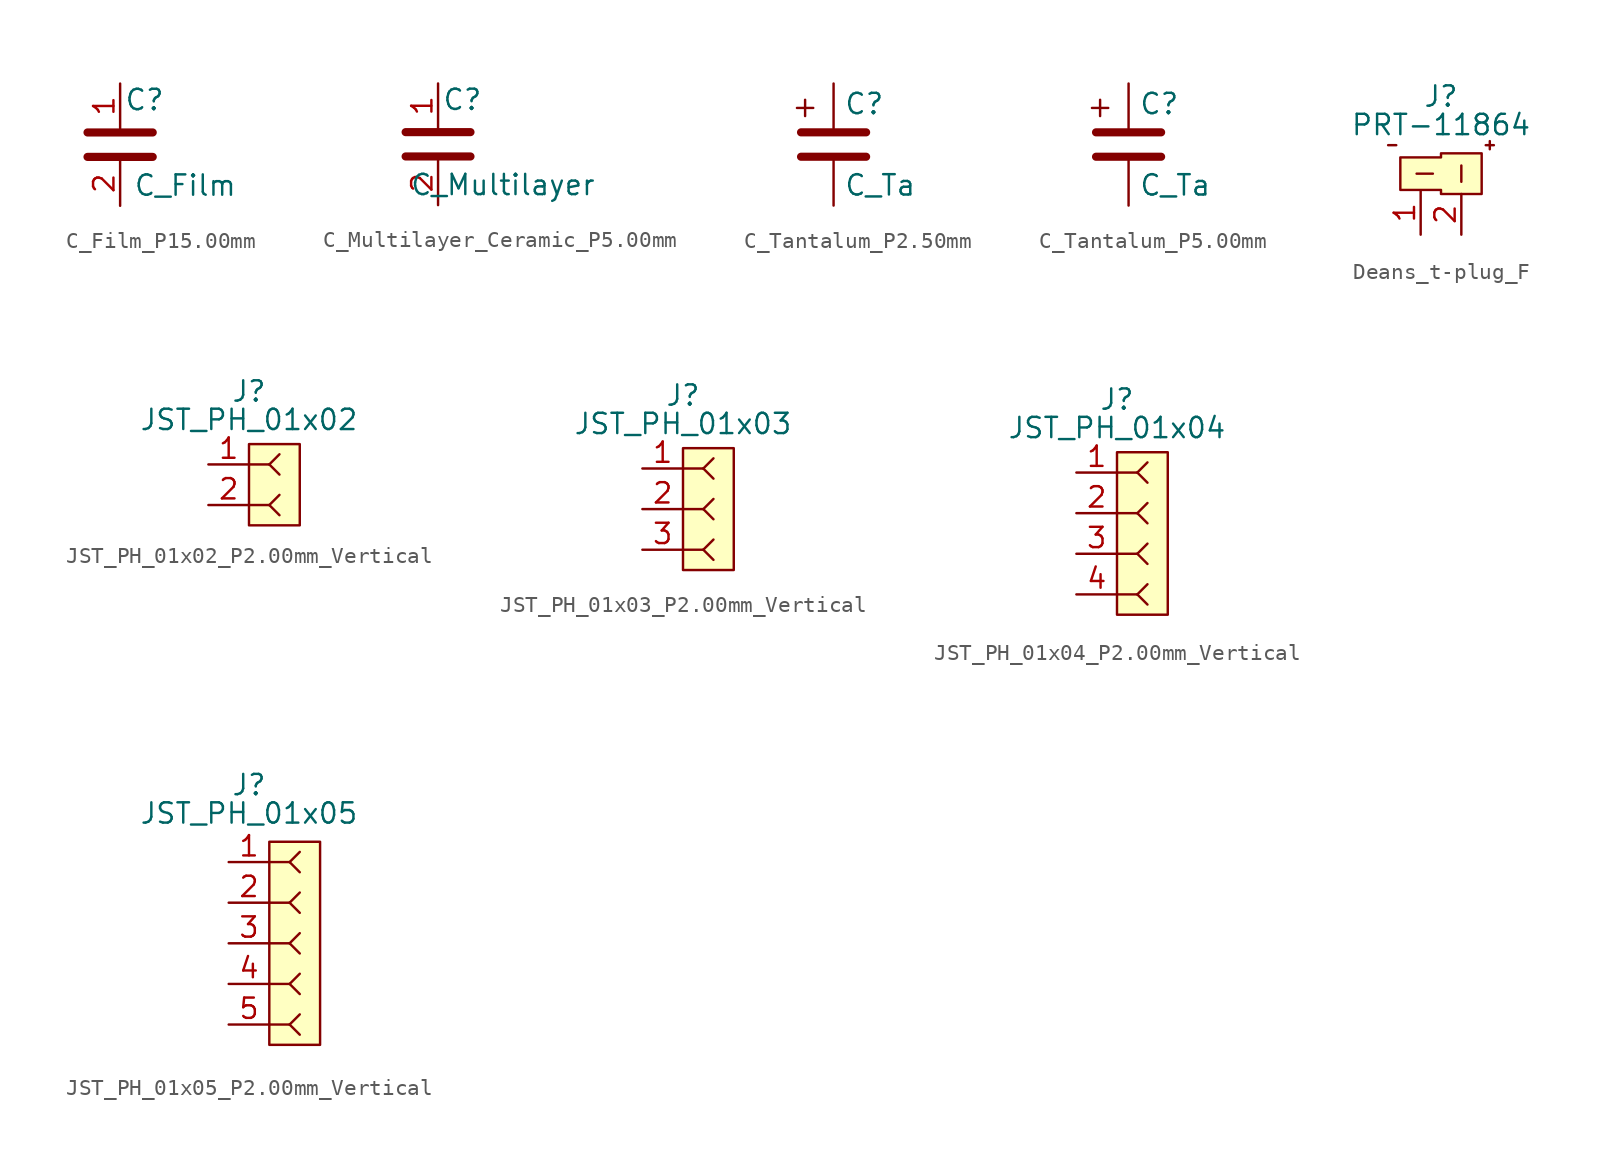
<source format=kicad_sym>
(kicad_symbol_lib
  (version 20241209)
  (generator "kicad_symbol_editor")
  (generator_version "9.0")
  (symbol "C_Film_P15.00mm"
    (property "Reference" "C"
      (at 1.524 2.794 0)
      (effects (font (size 1.27 1.27))))
    (property "Value" "C_Film"
      (at 4.064 -2.54 0)
      (effects (font (size 1.27 1.27))))
    (symbol "C_Film_P15.00mm_0_1"
      (polyline (pts (xy -2.032 0.762) (xy 2.032 0.762)) (stroke (width 0.508) (type default)) (fill (type none)))
      (polyline (pts (xy -2.032 -0.762) (xy 2.032 -0.762)) (stroke (width 0.508) (type default)) (fill (type none))))
    (symbol "C_Film_P15.00mm_1_1"
      (pin passive line (at 0 3.81 270) (length 2.794) (name "~" (effects (font (size 1.27 1.27)))) (number "1" (effects (font (size 1.27 1.27)))))
      (pin passive line (at 0 -3.81 90) (length 2.794) (name "~" (effects (font (size 1.27 1.27)))) (number "2" (effects (font (size 1.27 1.27)))))))
  (symbol "C_Multilayer_Ceramic_P5.00mm"
    (property "Reference" "C"
      (at 1.524 2.794 0)
      (effects (font (size 1.27 1.27))))
    (property "Value" "C_Multilayer"
      (at 4.064 -2.54 0)
      (effects (font (size 1.27 1.27))))
    (symbol "C_Multilayer_Ceramic_P5.00mm_0_1"
      (polyline (pts (xy -2.032 0.762) (xy 2.032 0.762)) (stroke (width 0.508) (type default)) (fill (type none)))
      (polyline (pts (xy -2.032 -0.762) (xy 2.032 -0.762)) (stroke (width 0.508) (type default)) (fill (type none))))
    (symbol "C_Multilayer_Ceramic_P5.00mm_1_1"
      (pin passive line (at 0 3.81 270) (length 2.794) (name "~" (effects (font (size 1.27 1.27)))) (number "1" (effects (font (size 1.27 1.27)))))
      (pin passive line (at 0 -3.81 90) (length 2.794) (name "~" (effects (font (size 1.27 1.27)))) (number "2" (effects (font (size 1.27 1.27)))))))
  (symbol "C_Tantalum_P2.50mm"
    (pin_numbers
      (hide yes))
    (pin_names
      (offset 0.254))
    (property "Reference" "C"
      (at 0.635 2.54 0)
      (effects (font (size 1.27 1.27)) (justify left)))
    (property "Value" "C_Ta"
      (at 0.635 -2.54 0)
      (effects (font (size 1.27 1.27)) (justify left)))
    (symbol "C_Tantalum_P2.50mm_0_1"
      (polyline (pts (xy -2.286 2.286) (xy -1.27 2.286)) (stroke (width 0) (type default)) (fill (type none)))
      (polyline (pts (xy -2.032 0.762) (xy 2.032 0.762)) (stroke (width 0.508) (type default)) (fill (type none)))
      (polyline (pts (xy -2.032 -0.762) (xy 2.032 -0.762)) (stroke (width 0.508) (type default)) (fill (type none)))
      (polyline (pts (xy -1.778 1.778) (xy -1.778 2.794)) (stroke (width 0) (type default)) (fill (type none))))
    (symbol "C_Tantalum_P2.50mm_1_1"
      (pin passive line (at 0 3.81 270) (length 2.794) (name "~" (effects (font (size 1.27 1.27)))) (number "1" (effects (font (size 1.27 1.27)))))
      (pin passive line (at 0 -3.81 90) (length 2.794) (name "~" (effects (font (size 1.27 1.27)))) (number "2" (effects (font (size 1.27 1.27)))))))
  (symbol "C_Tantalum_P5.00mm"
    (pin_numbers
      (hide yes))
    (pin_names
      (offset 0.254))
    (property "Reference" "C"
      (at 0.635 2.54 0)
      (effects (font (size 1.27 1.27)) (justify left)))
    (property "Value" "C_Ta"
      (at 0.635 -2.54 0)
      (effects (font (size 1.27 1.27)) (justify left)))
    (symbol "C_Tantalum_P5.00mm_0_1"
      (polyline (pts (xy -2.286 2.286) (xy -1.27 2.286)) (stroke (width 0) (type default)) (fill (type none)))
      (polyline (pts (xy -2.032 0.762) (xy 2.032 0.762)) (stroke (width 0.508) (type default)) (fill (type none)))
      (polyline (pts (xy -2.032 -0.762) (xy 2.032 -0.762)) (stroke (width 0.508) (type default)) (fill (type none)))
      (polyline (pts (xy -1.778 1.778) (xy -1.778 2.794)) (stroke (width 0) (type default)) (fill (type none))))
    (symbol "C_Tantalum_P5.00mm_1_1"
      (pin passive line (at 0 3.81 270) (length 2.794) (name "~" (effects (font (size 1.27 1.27)))) (number "1" (effects (font (size 1.27 1.27)))))
      (pin passive line (at 0 -3.81 90) (length 2.794) (name "~" (effects (font (size 1.27 1.27)))) (number "2" (effects (font (size 1.27 1.27)))))))
  (symbol "Deans_t-plug_F"
    (property "Reference" "J"
      (at 0 4.826 0)
      (effects (font (size 1.27 1.27))))
    (property "Value" "PRT-11864"
      (at 0 3.048 0)
      (effects (font (size 1.27 1.27))))
    (symbol "Deans_t-plug_F_0_1"
      (polyline (pts (xy -0.508 0) (xy -1.524 0)) (stroke (width 0) (type default)) (fill (type none)))
      (polyline (pts (xy 1.27 0.508) (xy 1.27 -0.508)) (stroke (width 0) (type default)) (fill (type none))))
    (symbol "Deans_t-plug_F_1_1"
      (polyline (pts (xy -2.794 1.778) (xy -3.302 1.778)) (stroke (width 0) (type default)) (fill (type none)))
      (polyline (pts (xy 0 1.016) (xy -2.54 1.016) (xy -2.54 -1.016) (xy 0 -1.016) (xy 0 -1.27) (xy 2.54 -1.27) (xy 2.54 1.27) (xy 0 1.27) (xy 0 1.016)) (stroke (width 0) (type solid)) (fill (type background)))
      (polyline (pts (xy 2.794 1.778) (xy 3.302 1.778)) (stroke (width 0) (type default)) (fill (type none)))
      (polyline (pts (xy 3.048 1.524) (xy 3.048 2.032)) (stroke (width 0) (type default)) (fill (type none)))
      (pin passive line (at -1.27 -3.81 90) (length 2.74) (name "" (effects (font (size 1.27 1.27)))) (number "1" (effects (font (size 1.27 1.27)))))
      (pin passive line (at 1.27 -3.81 90) (length 2.54) (name "" (effects (font (size 1.27 1.27)))) (number "2" (effects (font (size 1.27 1.27)))))))
  (symbol "JST_PH_01x02_P2.00mm_Vertical"
    (property "Reference" "J"
      (at 0 5.842 0)
      (effects (font (size 1.27 1.27))))
    (property "Value" "JST_PH_01x02"
      (at 0 4.064 0)
      (effects (font (size 1.27 1.27))))
    (symbol "JST_PH_01x02_P2.00mm_Vertical_0_1"
      (polyline (pts (xy 0 1.27) (xy 1.27 1.27)) (stroke (width 0) (type default)) (fill (type none)))
      (polyline (pts (xy 0 -1.27) (xy 1.27 -1.27)) (stroke (width 0) (type default)) (fill (type none)))
      (polyline (pts (xy 1.27 1.27) (xy 1.905 1.905)) (stroke (width 0) (type default)) (fill (type none)))
      (polyline (pts (xy 1.27 1.27) (xy 1.905 0.635)) (stroke (width 0) (type default)) (fill (type none)))
      (polyline (pts (xy 1.27 -1.27) (xy 1.905 -0.635)) (stroke (width 0) (type default)) (fill (type none)))
      (polyline (pts (xy 1.27 -1.27) (xy 1.905 -1.905)) (stroke (width 0) (type default)) (fill (type none))))
    (symbol "JST_PH_01x02_P2.00mm_Vertical_1_1"
      (rectangle (start 0 2.54) (end 3.175 -2.54) (stroke (width 0) (type solid)) (fill (type background)))
      (pin passive line (at -2.54 1.27 0) (length 2.54) (name "" (effects (font (size 1.27 1.27)))) (number "1" (effects (font (size 1.27 1.27)))))
      (pin passive line (at -2.54 -1.27 0) (length 2.54) (name "" (effects (font (size 1.27 1.27)))) (number "2" (effects (font (size 1.27 1.27)))))))
  (symbol "JST_PH_01x03_P2.00mm_Vertical"
    (property "Reference" "J"
      (at 0 7.112 0)
      (effects (font (size 1.27 1.27))))
    (property "Value" "JST_PH_01x03"
      (at 0 5.334 0)
      (effects (font (size 1.27 1.27))))
    (symbol "JST_PH_01x03_P2.00mm_Vertical_0_1"
      (polyline (pts (xy 0 2.54) (xy 1.27 2.54)) (stroke (width 0) (type default)) (fill (type none)))
      (polyline (pts (xy 0 0) (xy 1.27 0)) (stroke (width 0) (type default)) (fill (type none)))
      (polyline (pts (xy 0 -2.54) (xy 1.27 -2.54)) (stroke (width 0) (type default)) (fill (type none)))
      (polyline (pts (xy 1.27 2.54) (xy 1.905 3.175)) (stroke (width 0) (type default)) (fill (type none)))
      (polyline (pts (xy 1.27 2.54) (xy 1.905 1.905)) (stroke (width 0) (type default)) (fill (type none)))
      (polyline (pts (xy 1.27 0) (xy 1.905 0.635)) (stroke (width 0) (type default)) (fill (type none)))
      (polyline (pts (xy 1.27 0) (xy 1.905 -0.635)) (stroke (width 0) (type default)) (fill (type none)))
      (polyline (pts (xy 1.27 -2.54) (xy 1.905 -1.905)) (stroke (width 0) (type default)) (fill (type none)))
      (polyline (pts (xy 1.27 -2.54) (xy 1.905 -3.175)) (stroke (width 0) (type default)) (fill (type none))))
    (symbol "JST_PH_01x03_P2.00mm_Vertical_1_1"
      (rectangle (start 0 3.81) (end 3.175 -3.81) (stroke (width 0) (type solid)) (fill (type background)))
      (pin passive line (at -2.54 2.54 0) (length 2.54) (name "" (effects (font (size 1.27 1.27)))) (number "1" (effects (font (size 1.27 1.27)))))
      (pin passive line (at -2.54 0 0) (length 2.54) (name "" (effects (font (size 1.27 1.27)))) (number "2" (effects (font (size 1.27 1.27)))))
      (pin passive line (at -2.54 -2.54 0) (length 2.54) (name "" (effects (font (size 1.27 1.27)))) (number "3" (effects (font (size 1.27 1.27)))))))
  (symbol "JST_PH_01x04_P2.00mm_Vertical"
    (property "Reference" "J"
      (at 0 8.382 0)
      (effects (font (size 1.27 1.27))))
    (property "Value" "JST_PH_01x04"
      (at 0 6.604 0)
      (effects (font (size 1.27 1.27))))
    (symbol "JST_PH_01x04_P2.00mm_Vertical_0_1"
      (polyline (pts (xy 0 3.81) (xy 1.27 3.81)) (stroke (width 0) (type default)) (fill (type none)))
      (polyline (pts (xy 0 1.27) (xy 1.27 1.27)) (stroke (width 0) (type default)) (fill (type none)))
      (polyline (pts (xy 0 -1.27) (xy 1.27 -1.27)) (stroke (width 0) (type default)) (fill (type none)))
      (polyline (pts (xy 0 -3.81) (xy 1.27 -3.81)) (stroke (width 0) (type default)) (fill (type none)))
      (polyline (pts (xy 1.27 3.81) (xy 1.905 4.445)) (stroke (width 0) (type default)) (fill (type none)))
      (polyline (pts (xy 1.27 3.81) (xy 1.905 3.175)) (stroke (width 0) (type default)) (fill (type none)))
      (polyline (pts (xy 1.27 1.27) (xy 1.905 1.905)) (stroke (width 0) (type default)) (fill (type none)))
      (polyline (pts (xy 1.27 1.27) (xy 1.905 0.635)) (stroke (width 0) (type default)) (fill (type none)))
      (polyline (pts (xy 1.27 -1.27) (xy 1.905 -0.635)) (stroke (width 0) (type default)) (fill (type none)))
      (polyline (pts (xy 1.27 -1.27) (xy 1.905 -1.905)) (stroke (width 0) (type default)) (fill (type none)))
      (polyline (pts (xy 1.27 -3.81) (xy 1.905 -3.175)) (stroke (width 0) (type default)) (fill (type none)))
      (polyline (pts (xy 1.27 -3.81) (xy 1.905 -4.445)) (stroke (width 0) (type default)) (fill (type none))))
    (symbol "JST_PH_01x04_P2.00mm_Vertical_1_1"
      (rectangle (start 0 5.08) (end 3.175 -5.08) (stroke (width 0) (type solid)) (fill (type background)))
      (pin passive line (at -2.54 3.81 0) (length 2.54) (name "" (effects (font (size 1.27 1.27)))) (number "1" (effects (font (size 1.27 1.27)))))
      (pin passive line (at -2.54 1.27 0) (length 2.54) (name "" (effects (font (size 1.27 1.27)))) (number "2" (effects (font (size 1.27 1.27)))))
      (pin passive line (at -2.54 -1.27 0) (length 2.54) (name "" (effects (font (size 1.27 1.27)))) (number "3" (effects (font (size 1.27 1.27)))))
      (pin passive line (at -2.54 -3.81 0) (length 2.54) (name "" (effects (font (size 1.27 1.27)))) (number "4" (effects (font (size 1.27 1.27)))))))
  (symbol "JST_PH_01x05_P2.00mm_Vertical"
    (property "Reference" "J"
      (at 0 9.906 0)
      (effects (font (size 1.27 1.27))))
    (property "Value" "JST_PH_01x05"
      (at 0 8.128 0)
      (effects (font (size 1.27 1.27))))
    (symbol "JST_PH_01x05_P2.00mm_Vertical_0_1"
      (polyline (pts (xy 1.27 5.08) (xy 2.54 5.08)) (stroke (width 0) (type default)) (fill (type none)))
      (polyline (pts (xy 1.27 2.54) (xy 2.54 2.54)) (stroke (width 0) (type default)) (fill (type none)))
      (polyline (pts (xy 1.27 0) (xy 2.54 0)) (stroke (width 0) (type default)) (fill (type none)))
      (polyline (pts (xy 1.27 -2.54) (xy 2.54 -2.54)) (stroke (width 0) (type default)) (fill (type none)))
      (polyline (pts (xy 1.27 -5.08) (xy 2.54 -5.08)) (stroke (width 0) (type default)) (fill (type none)))
      (polyline (pts (xy 2.54 5.08) (xy 3.175 5.715)) (stroke (width 0) (type default)) (fill (type none)))
      (polyline (pts (xy 2.54 5.08) (xy 3.175 4.445)) (stroke (width 0) (type default)) (fill (type none)))
      (polyline (pts (xy 2.54 2.54) (xy 3.175 3.175)) (stroke (width 0) (type default)) (fill (type none)))
      (polyline (pts (xy 2.54 2.54) (xy 3.175 1.905)) (stroke (width 0) (type default)) (fill (type none)))
      (polyline (pts (xy 2.54 0) (xy 3.175 0.635)) (stroke (width 0) (type default)) (fill (type none)))
      (polyline (pts (xy 2.54 0) (xy 3.175 -0.635)) (stroke (width 0) (type default)) (fill (type none)))
      (polyline (pts (xy 2.54 -2.54) (xy 3.175 -1.905)) (stroke (width 0) (type default)) (fill (type none)))
      (polyline (pts (xy 2.54 -2.54) (xy 3.175 -3.175)) (stroke (width 0) (type default)) (fill (type none)))
      (polyline (pts (xy 2.54 -5.08) (xy 3.175 -4.445)) (stroke (width 0) (type default)) (fill (type none)))
      (polyline (pts (xy 2.54 -5.08) (xy 3.175 -5.715)) (stroke (width 0) (type default)) (fill (type none))))
    (symbol "JST_PH_01x05_P2.00mm_Vertical_1_1"
      (rectangle (start 1.27 6.35) (end 4.445 -6.35) (stroke (width 0) (type solid)) (fill (type background)))
      (pin passive line (at -1.27 5.08 0) (length 2.54) (name "" (effects (font (size 1.27 1.27)))) (number "1" (effects (font (size 1.27 1.27)))))
      (pin passive line (at -1.27 2.54 0) (length 2.54) (name "" (effects (font (size 1.27 1.27)))) (number "2" (effects (font (size 1.27 1.27)))))
      (pin passive line (at -1.27 0 0) (length 2.54) (name "" (effects (font (size 1.27 1.27)))) (number "3" (effects (font (size 1.27 1.27)))))
      (pin passive line (at -1.27 -2.54 0) (length 2.54) (name "" (effects (font (size 1.27 1.27)))) (number "4" (effects (font (size 1.27 1.27)))))
      (pin passive line (at -1.27 -5.08 0) (length 2.54) (name "" (effects (font (size 1.27 1.27)))) (number "5" (effects (font (size 1.27 1.27))))))))
</source>
